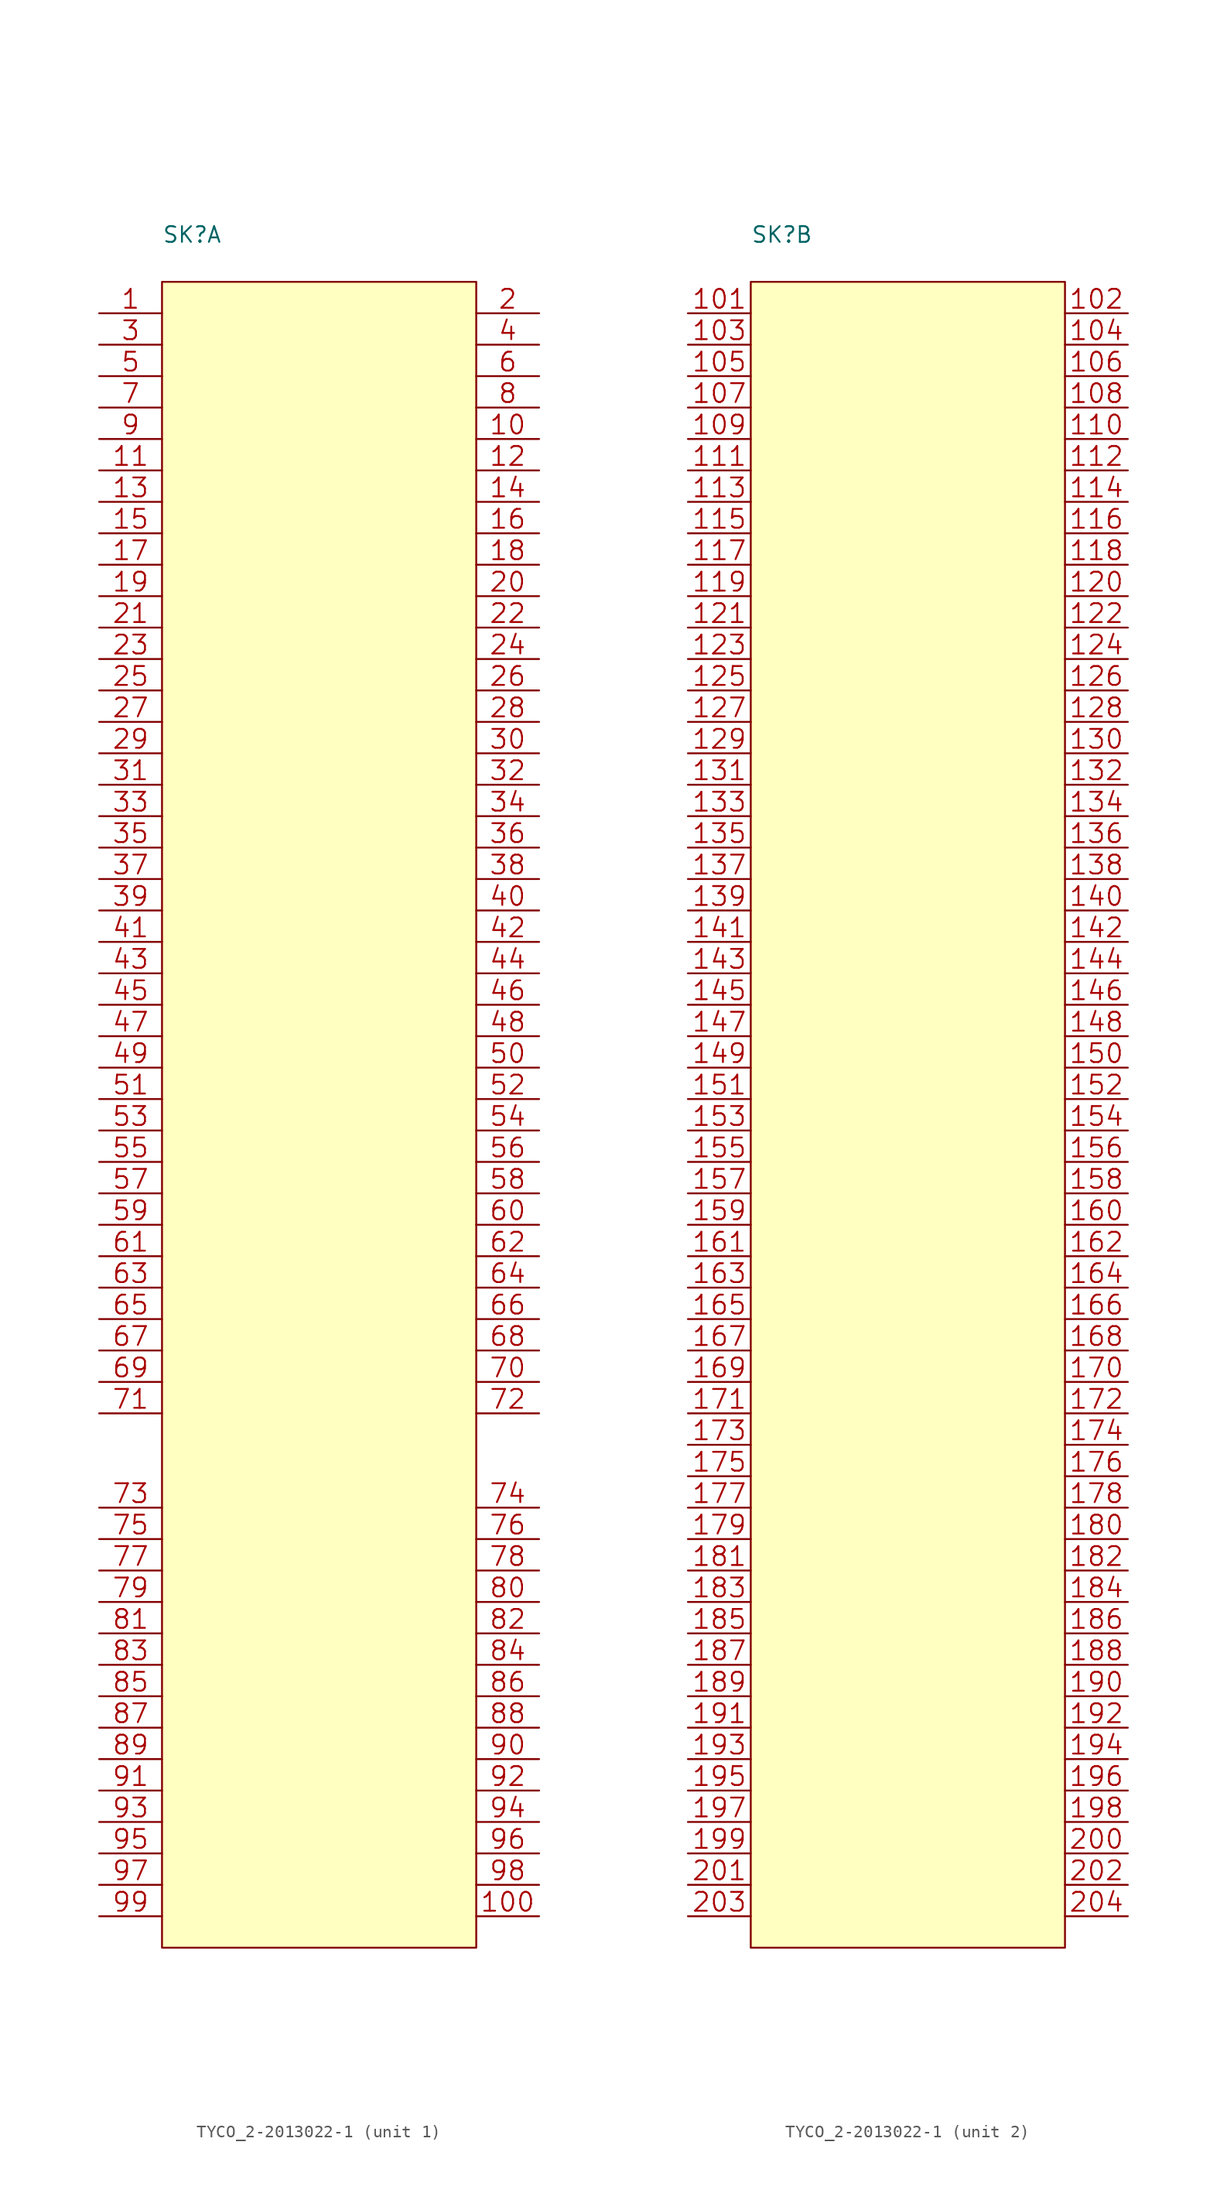
<source format=kicad_sym>
(kicad_symbol_lib
  (version 20211014)
  (generator kicad_symbol_editor)
  (symbol "TYCO_2-2013022-1"
    (pin_names
      (offset 1.27))
    (property "Reference" "SK"
      (at 0 3.81 0)
      (effects (font (size 1.27 1.27)) (justify left)))
    (property "ki_locked" ""
      (at 0 0 0)
      (effects (font (size 1.27 1.27))))
    (symbol "TYCO_2-2013022-1_1_1"
      (rectangle (start 0 -134.62) (end 25.4 0) (stroke (width 0) (type default) (color 0 0 0 0)) (fill (type background)))
      (text "DDR3" (at 12.7 -83.82 900) (effects (font (size 1.778 1.778) bold) (justify left) hide))
      (text "SODIMM Socket" (at 12.7 -71.12 900) (effects (font (size 1.778 1.778)) (justify left) hide))
      (pin power_in line (at -5.08 -2.54 0) (length 5.08) (name "~" (effects (font (size 1.524 1.524)))) (number "1" (effects (font (size 1.524 1.524)))))
      (pin bidirectional line (at 30.48 -12.7 180) (length 5.08) (name "~" (effects (font (size 1.524 1.524)))) (number "10" (effects (font (size 1.524 1.524)))))
      (pin power_in line (at 30.48 -132.08 180) (length 5.08) (name "~" (effects (font (size 1.524 1.524)))) (number "100" (effects (font (size 1.524 1.524)))))
      (pin bidirectional line (at -5.08 -15.24 0) (length 5.08) (name "~" (effects (font (size 1.524 1.524)))) (number "11" (effects (font (size 1.524 1.524)))))
      (pin bidirectional line (at 30.48 -15.24 180) (length 5.08) (name "~" (effects (font (size 1.524 1.524)))) (number "12" (effects (font (size 1.524 1.524)))))
      (pin power_in line (at -5.08 -17.78 0) (length 5.08) (name "~" (effects (font (size 1.524 1.524)))) (number "13" (effects (font (size 1.524 1.524)))))
      (pin power_in line (at 30.48 -17.78 180) (length 5.08) (name "~" (effects (font (size 1.524 1.524)))) (number "14" (effects (font (size 1.524 1.524)))))
      (pin bidirectional line (at -5.08 -20.32 0) (length 5.08) (name "~" (effects (font (size 1.524 1.524)))) (number "15" (effects (font (size 1.524 1.524)))))
      (pin bidirectional line (at 30.48 -20.32 180) (length 5.08) (name "~" (effects (font (size 1.524 1.524)))) (number "16" (effects (font (size 1.524 1.524)))))
      (pin bidirectional line (at -5.08 -22.86 0) (length 5.08) (name "~" (effects (font (size 1.524 1.524)))) (number "17" (effects (font (size 1.524 1.524)))))
      (pin bidirectional line (at 30.48 -22.86 180) (length 5.08) (name "~" (effects (font (size 1.524 1.524)))) (number "18" (effects (font (size 1.524 1.524)))))
      (pin power_in line (at -5.08 -25.4 0) (length 5.08) (name "~" (effects (font (size 1.524 1.524)))) (number "19" (effects (font (size 1.524 1.524)))))
      (pin power_in line (at 30.48 -2.54 180) (length 5.08) (name "~" (effects (font (size 1.524 1.524)))) (number "2" (effects (font (size 1.524 1.524)))))
      (pin power_in line (at 30.48 -25.4 180) (length 5.08) (name "~" (effects (font (size 1.524 1.524)))) (number "20" (effects (font (size 1.524 1.524)))))
      (pin bidirectional line (at -5.08 -27.94 0) (length 5.08) (name "~" (effects (font (size 1.524 1.524)))) (number "21" (effects (font (size 1.524 1.524)))))
      (pin bidirectional line (at 30.48 -27.94 180) (length 5.08) (name "~" (effects (font (size 1.524 1.524)))) (number "22" (effects (font (size 1.524 1.524)))))
      (pin bidirectional line (at -5.08 -30.48 0) (length 5.08) (name "~" (effects (font (size 1.524 1.524)))) (number "23" (effects (font (size 1.524 1.524)))))
      (pin bidirectional line (at 30.48 -30.48 180) (length 5.08) (name "~" (effects (font (size 1.524 1.524)))) (number "24" (effects (font (size 1.524 1.524)))))
      (pin power_in line (at -5.08 -33.02 0) (length 5.08) (name "~" (effects (font (size 1.524 1.524)))) (number "25" (effects (font (size 1.524 1.524)))))
      (pin power_in line (at 30.48 -33.02 180) (length 5.08) (name "~" (effects (font (size 1.524 1.524)))) (number "26" (effects (font (size 1.524 1.524)))))
      (pin bidirectional line (at -5.08 -35.56 0) (length 5.08) (name "~" (effects (font (size 1.524 1.524)))) (number "27" (effects (font (size 1.524 1.524)))))
      (pin bidirectional line (at 30.48 -35.56 180) (length 5.08) (name "~" (effects (font (size 1.524 1.524)))) (number "28" (effects (font (size 1.524 1.524)))))
      (pin bidirectional line (at -5.08 -38.1 0) (length 5.08) (name "~" (effects (font (size 1.524 1.524)))) (number "29" (effects (font (size 1.524 1.524)))))
      (pin power_in line (at -5.08 -5.08 0) (length 5.08) (name "~" (effects (font (size 1.524 1.524)))) (number "3" (effects (font (size 1.524 1.524)))))
      (pin bidirectional line (at 30.48 -38.1 180) (length 5.08) (name "~" (effects (font (size 1.524 1.524)))) (number "30" (effects (font (size 1.524 1.524)))))
      (pin power_in line (at -5.08 -40.64 0) (length 5.08) (name "~" (effects (font (size 1.524 1.524)))) (number "31" (effects (font (size 1.524 1.524)))))
      (pin power_in line (at 30.48 -40.64 180) (length 5.08) (name "~" (effects (font (size 1.524 1.524)))) (number "32" (effects (font (size 1.524 1.524)))))
      (pin bidirectional line (at -5.08 -43.18 0) (length 5.08) (name "~" (effects (font (size 1.524 1.524)))) (number "33" (effects (font (size 1.524 1.524)))))
      (pin bidirectional line (at 30.48 -43.18 180) (length 5.08) (name "~" (effects (font (size 1.524 1.524)))) (number "34" (effects (font (size 1.524 1.524)))))
      (pin bidirectional line (at -5.08 -45.72 0) (length 5.08) (name "~" (effects (font (size 1.524 1.524)))) (number "35" (effects (font (size 1.524 1.524)))))
      (pin bidirectional line (at 30.48 -45.72 180) (length 5.08) (name "~" (effects (font (size 1.524 1.524)))) (number "36" (effects (font (size 1.524 1.524)))))
      (pin power_in line (at -5.08 -48.26 0) (length 5.08) (name "~" (effects (font (size 1.524 1.524)))) (number "37" (effects (font (size 1.524 1.524)))))
      (pin power_in line (at 30.48 -48.26 180) (length 5.08) (name "~" (effects (font (size 1.524 1.524)))) (number "38" (effects (font (size 1.524 1.524)))))
      (pin bidirectional line (at -5.08 -50.8 0) (length 5.08) (name "~" (effects (font (size 1.524 1.524)))) (number "39" (effects (font (size 1.524 1.524)))))
      (pin bidirectional line (at 30.48 -5.08 180) (length 5.08) (name "~" (effects (font (size 1.524 1.524)))) (number "4" (effects (font (size 1.524 1.524)))))
      (pin bidirectional line (at 30.48 -50.8 180) (length 5.08) (name "~" (effects (font (size 1.524 1.524)))) (number "40" (effects (font (size 1.524 1.524)))))
      (pin bidirectional line (at -5.08 -53.34 0) (length 5.08) (name "~" (effects (font (size 1.524 1.524)))) (number "41" (effects (font (size 1.524 1.524)))))
      (pin bidirectional line (at 30.48 -53.34 180) (length 5.08) (name "~" (effects (font (size 1.524 1.524)))) (number "42" (effects (font (size 1.524 1.524)))))
      (pin power_in line (at -5.08 -55.88 0) (length 5.08) (name "~" (effects (font (size 1.524 1.524)))) (number "43" (effects (font (size 1.524 1.524)))))
      (pin power_in line (at 30.48 -55.88 180) (length 5.08) (name "~" (effects (font (size 1.524 1.524)))) (number "44" (effects (font (size 1.524 1.524)))))
      (pin bidirectional line (at -5.08 -58.42 0) (length 5.08) (name "~" (effects (font (size 1.524 1.524)))) (number "45" (effects (font (size 1.524 1.524)))))
      (pin bidirectional line (at 30.48 -58.42 180) (length 5.08) (name "~" (effects (font (size 1.524 1.524)))) (number "46" (effects (font (size 1.524 1.524)))))
      (pin bidirectional line (at -5.08 -60.96 0) (length 5.08) (name "~" (effects (font (size 1.524 1.524)))) (number "47" (effects (font (size 1.524 1.524)))))
      (pin power_in line (at 30.48 -60.96 180) (length 5.08) (name "~" (effects (font (size 1.524 1.524)))) (number "48" (effects (font (size 1.524 1.524)))))
      (pin power_in line (at -5.08 -63.5 0) (length 5.08) (name "~" (effects (font (size 1.524 1.524)))) (number "49" (effects (font (size 1.524 1.524)))))
      (pin bidirectional line (at -5.08 -7.62 0) (length 5.08) (name "~" (effects (font (size 1.524 1.524)))) (number "5" (effects (font (size 1.524 1.524)))))
      (pin bidirectional line (at 30.48 -63.5 180) (length 5.08) (name "~" (effects (font (size 1.524 1.524)))) (number "50" (effects (font (size 1.524 1.524)))))
      (pin bidirectional line (at -5.08 -66.04 0) (length 5.08) (name "~" (effects (font (size 1.524 1.524)))) (number "51" (effects (font (size 1.524 1.524)))))
      (pin bidirectional line (at 30.48 -66.04 180) (length 5.08) (name "~" (effects (font (size 1.524 1.524)))) (number "52" (effects (font (size 1.524 1.524)))))
      (pin bidirectional line (at -5.08 -68.58 0) (length 5.08) (name "~" (effects (font (size 1.524 1.524)))) (number "53" (effects (font (size 1.524 1.524)))))
      (pin power_in line (at 30.48 -68.58 180) (length 5.08) (name "~" (effects (font (size 1.524 1.524)))) (number "54" (effects (font (size 1.524 1.524)))))
      (pin power_in line (at -5.08 -71.12 0) (length 5.08) (name "~" (effects (font (size 1.524 1.524)))) (number "55" (effects (font (size 1.524 1.524)))))
      (pin bidirectional line (at 30.48 -71.12 180) (length 5.08) (name "~" (effects (font (size 1.524 1.524)))) (number "56" (effects (font (size 1.524 1.524)))))
      (pin bidirectional line (at -5.08 -73.66 0) (length 5.08) (name "~" (effects (font (size 1.524 1.524)))) (number "57" (effects (font (size 1.524 1.524)))))
      (pin bidirectional line (at 30.48 -73.66 180) (length 5.08) (name "~" (effects (font (size 1.524 1.524)))) (number "58" (effects (font (size 1.524 1.524)))))
      (pin bidirectional line (at -5.08 -76.2 0) (length 5.08) (name "~" (effects (font (size 1.524 1.524)))) (number "59" (effects (font (size 1.524 1.524)))))
      (pin bidirectional line (at 30.48 -7.62 180) (length 5.08) (name "~" (effects (font (size 1.524 1.524)))) (number "6" (effects (font (size 1.524 1.524)))))
      (pin power_in line (at 30.48 -76.2 180) (length 5.08) (name "~" (effects (font (size 1.524 1.524)))) (number "60" (effects (font (size 1.524 1.524)))))
      (pin power_in line (at -5.08 -78.74 0) (length 5.08) (name "~" (effects (font (size 1.524 1.524)))) (number "61" (effects (font (size 1.524 1.524)))))
      (pin bidirectional line (at 30.48 -78.74 180) (length 5.08) (name "~" (effects (font (size 1.524 1.524)))) (number "62" (effects (font (size 1.524 1.524)))))
      (pin bidirectional line (at -5.08 -81.28 0) (length 5.08) (name "~" (effects (font (size 1.524 1.524)))) (number "63" (effects (font (size 1.524 1.524)))))
      (pin bidirectional line (at 30.48 -81.28 180) (length 5.08) (name "~" (effects (font (size 1.524 1.524)))) (number "64" (effects (font (size 1.524 1.524)))))
      (pin power_in line (at -5.08 -83.82 0) (length 5.08) (name "~" (effects (font (size 1.524 1.524)))) (number "65" (effects (font (size 1.524 1.524)))))
      (pin power_in line (at 30.48 -83.82 180) (length 5.08) (name "~" (effects (font (size 1.524 1.524)))) (number "66" (effects (font (size 1.524 1.524)))))
      (pin bidirectional line (at -5.08 -86.36 0) (length 5.08) (name "~" (effects (font (size 1.524 1.524)))) (number "67" (effects (font (size 1.524 1.524)))))
      (pin bidirectional line (at 30.48 -86.36 180) (length 5.08) (name "~" (effects (font (size 1.524 1.524)))) (number "68" (effects (font (size 1.524 1.524)))))
      (pin bidirectional line (at -5.08 -88.9 0) (length 5.08) (name "~" (effects (font (size 1.524 1.524)))) (number "69" (effects (font (size 1.524 1.524)))))
      (pin bidirectional line (at -5.08 -10.16 0) (length 5.08) (name "~" (effects (font (size 1.524 1.524)))) (number "7" (effects (font (size 1.524 1.524)))))
      (pin bidirectional line (at 30.48 -88.9 180) (length 5.08) (name "~" (effects (font (size 1.524 1.524)))) (number "70" (effects (font (size 1.524 1.524)))))
      (pin power_in line (at -5.08 -91.44 0) (length 5.08) (name "~" (effects (font (size 1.524 1.524)))) (number "71" (effects (font (size 1.524 1.524)))))
      (pin power_in line (at 30.48 -91.44 180) (length 5.08) (name "~" (effects (font (size 1.524 1.524)))) (number "72" (effects (font (size 1.524 1.524)))))
      (pin bidirectional line (at -5.08 -99.06 0) (length 5.08) (name "~" (effects (font (size 1.524 1.524)))) (number "73" (effects (font (size 1.524 1.524)))))
      (pin bidirectional line (at 30.48 -99.06 180) (length 5.08) (name "~" (effects (font (size 1.524 1.524)))) (number "74" (effects (font (size 1.524 1.524)))))
      (pin power_in line (at -5.08 -101.6 0) (length 5.08) (name "~" (effects (font (size 1.524 1.524)))) (number "75" (effects (font (size 1.524 1.524)))))
      (pin power_in line (at 30.48 -101.6 180) (length 5.08) (name "~" (effects (font (size 1.524 1.524)))) (number "76" (effects (font (size 1.524 1.524)))))
      (pin bidirectional line (at -5.08 -104.14 0) (length 5.08) (name "~" (effects (font (size 1.524 1.524)))) (number "77" (effects (font (size 1.524 1.524)))))
      (pin bidirectional line (at 30.48 -104.14 180) (length 5.08) (name "~" (effects (font (size 1.524 1.524)))) (number "78" (effects (font (size 1.524 1.524)))))
      (pin bidirectional line (at -5.08 -106.68 0) (length 5.08) (name "~" (effects (font (size 1.524 1.524)))) (number "79" (effects (font (size 1.524 1.524)))))
      (pin power_in line (at 30.48 -10.16 180) (length 5.08) (name "~" (effects (font (size 1.524 1.524)))) (number "8" (effects (font (size 1.524 1.524)))))
      (pin bidirectional line (at 30.48 -106.68 180) (length 5.08) (name "~" (effects (font (size 1.524 1.524)))) (number "80" (effects (font (size 1.524 1.524)))))
      (pin power_in line (at -5.08 -109.22 0) (length 5.08) (name "~" (effects (font (size 1.524 1.524)))) (number "81" (effects (font (size 1.524 1.524)))))
      (pin power_in line (at 30.48 -109.22 180) (length 5.08) (name "~" (effects (font (size 1.524 1.524)))) (number "82" (effects (font (size 1.524 1.524)))))
      (pin bidirectional line (at -5.08 -111.76 0) (length 5.08) (name "~" (effects (font (size 1.524 1.524)))) (number "83" (effects (font (size 1.524 1.524)))))
      (pin bidirectional line (at 30.48 -111.76 180) (length 5.08) (name "~" (effects (font (size 1.524 1.524)))) (number "84" (effects (font (size 1.524 1.524)))))
      (pin bidirectional line (at -5.08 -114.3 0) (length 5.08) (name "~" (effects (font (size 1.524 1.524)))) (number "85" (effects (font (size 1.524 1.524)))))
      (pin bidirectional line (at 30.48 -114.3 180) (length 5.08) (name "~" (effects (font (size 1.524 1.524)))) (number "86" (effects (font (size 1.524 1.524)))))
      (pin power_in line (at -5.08 -116.84 0) (length 5.08) (name "~" (effects (font (size 1.524 1.524)))) (number "87" (effects (font (size 1.524 1.524)))))
      (pin power_in line (at 30.48 -116.84 180) (length 5.08) (name "~" (effects (font (size 1.524 1.524)))) (number "88" (effects (font (size 1.524 1.524)))))
      (pin bidirectional line (at -5.08 -119.38 0) (length 5.08) (name "~" (effects (font (size 1.524 1.524)))) (number "89" (effects (font (size 1.524 1.524)))))
      (pin power_in line (at -5.08 -12.7 0) (length 5.08) (name "~" (effects (font (size 1.524 1.524)))) (number "9" (effects (font (size 1.524 1.524)))))
      (pin bidirectional line (at 30.48 -119.38 180) (length 5.08) (name "~" (effects (font (size 1.524 1.524)))) (number "90" (effects (font (size 1.524 1.524)))))
      (pin bidirectional line (at -5.08 -121.92 0) (length 5.08) (name "~" (effects (font (size 1.524 1.524)))) (number "91" (effects (font (size 1.524 1.524)))))
      (pin bidirectional line (at 30.48 -121.92 180) (length 5.08) (name "~" (effects (font (size 1.524 1.524)))) (number "92" (effects (font (size 1.524 1.524)))))
      (pin power_in line (at -5.08 -124.46 0) (length 5.08) (name "~" (effects (font (size 1.524 1.524)))) (number "93" (effects (font (size 1.524 1.524)))))
      (pin power_in line (at 30.48 -124.46 180) (length 5.08) (name "~" (effects (font (size 1.524 1.524)))) (number "94" (effects (font (size 1.524 1.524)))))
      (pin bidirectional line (at -5.08 -127 0) (length 5.08) (name "~" (effects (font (size 1.524 1.524)))) (number "95" (effects (font (size 1.524 1.524)))))
      (pin bidirectional line (at 30.48 -127 180) (length 5.08) (name "~" (effects (font (size 1.524 1.524)))) (number "96" (effects (font (size 1.524 1.524)))))
      (pin bidirectional line (at -5.08 -129.54 0) (length 5.08) (name "~" (effects (font (size 1.524 1.524)))) (number "97" (effects (font (size 1.524 1.524)))))
      (pin bidirectional line (at 30.48 -129.54 180) (length 5.08) (name "~" (effects (font (size 1.524 1.524)))) (number "98" (effects (font (size 1.524 1.524)))))
      (pin power_in line (at -5.08 -132.08 0) (length 5.08) (name "~" (effects (font (size 1.524 1.524)))) (number "99" (effects (font (size 1.524 1.524))))))
    (symbol "TYCO_2-2013022-1_2_1"
      (rectangle (start 0 -134.62) (end 25.4 0) (stroke (width 0) (type default) (color 0 0 0 0)) (fill (type background)))
      (text "DDR3" (at 12.7 -83.82 900) (effects (font (size 1.778 1.778) bold) (justify left) hide))
      (text "SODIMM Socket" (at 12.7 -71.12 900) (effects (font (size 1.778 1.778)) (justify left) hide))
      (pin bidirectional line (at -5.08 -2.54 0) (length 5.08) (name "~" (effects (font (size 1.524 1.524)))) (number "101" (effects (font (size 1.524 1.524)))))
      (pin bidirectional line (at 30.48 -2.54 180) (length 5.08) (name "~" (effects (font (size 1.524 1.524)))) (number "102" (effects (font (size 1.524 1.524)))))
      (pin bidirectional line (at -5.08 -5.08 0) (length 5.08) (name "~" (effects (font (size 1.524 1.524)))) (number "103" (effects (font (size 1.524 1.524)))))
      (pin bidirectional line (at 30.48 -5.08 180) (length 5.08) (name "~" (effects (font (size 1.524 1.524)))) (number "104" (effects (font (size 1.524 1.524)))))
      (pin power_in line (at -5.08 -7.62 0) (length 5.08) (name "~" (effects (font (size 1.524 1.524)))) (number "105" (effects (font (size 1.524 1.524)))))
      (pin power_in line (at 30.48 -7.62 180) (length 5.08) (name "~" (effects (font (size 1.524 1.524)))) (number "106" (effects (font (size 1.524 1.524)))))
      (pin bidirectional line (at -5.08 -10.16 0) (length 5.08) (name "~" (effects (font (size 1.524 1.524)))) (number "107" (effects (font (size 1.524 1.524)))))
      (pin bidirectional line (at 30.48 -10.16 180) (length 5.08) (name "~" (effects (font (size 1.524 1.524)))) (number "108" (effects (font (size 1.524 1.524)))))
      (pin bidirectional line (at -5.08 -12.7 0) (length 5.08) (name "~" (effects (font (size 1.524 1.524)))) (number "109" (effects (font (size 1.524 1.524)))))
      (pin bidirectional line (at 30.48 -12.7 180) (length 5.08) (name "~" (effects (font (size 1.524 1.524)))) (number "110" (effects (font (size 1.524 1.524)))))
      (pin power_in line (at -5.08 -15.24 0) (length 5.08) (name "~" (effects (font (size 1.524 1.524)))) (number "111" (effects (font (size 1.524 1.524)))))
      (pin power_in line (at 30.48 -15.24 180) (length 5.08) (name "~" (effects (font (size 1.524 1.524)))) (number "112" (effects (font (size 1.524 1.524)))))
      (pin bidirectional line (at -5.08 -17.78 0) (length 5.08) (name "~" (effects (font (size 1.524 1.524)))) (number "113" (effects (font (size 1.524 1.524)))))
      (pin bidirectional line (at 30.48 -17.78 180) (length 5.08) (name "~" (effects (font (size 1.524 1.524)))) (number "114" (effects (font (size 1.524 1.524)))))
      (pin bidirectional line (at -5.08 -20.32 0) (length 5.08) (name "~" (effects (font (size 1.524 1.524)))) (number "115" (effects (font (size 1.524 1.524)))))
      (pin bidirectional line (at 30.48 -20.32 180) (length 5.08) (name "~" (effects (font (size 1.524 1.524)))) (number "116" (effects (font (size 1.524 1.524)))))
      (pin power_in line (at -5.08 -22.86 0) (length 5.08) (name "~" (effects (font (size 1.524 1.524)))) (number "117" (effects (font (size 1.524 1.524)))))
      (pin power_in line (at 30.48 -22.86 180) (length 5.08) (name "~" (effects (font (size 1.524 1.524)))) (number "118" (effects (font (size 1.524 1.524)))))
      (pin bidirectional line (at -5.08 -25.4 0) (length 5.08) (name "~" (effects (font (size 1.524 1.524)))) (number "119" (effects (font (size 1.524 1.524)))))
      (pin bidirectional line (at 30.48 -25.4 180) (length 5.08) (name "~" (effects (font (size 1.524 1.524)))) (number "120" (effects (font (size 1.524 1.524)))))
      (pin bidirectional line (at -5.08 -27.94 0) (length 5.08) (name "~" (effects (font (size 1.524 1.524)))) (number "121" (effects (font (size 1.524 1.524)))))
      (pin bidirectional line (at 30.48 -27.94 180) (length 5.08) (name "~" (effects (font (size 1.524 1.524)))) (number "122" (effects (font (size 1.524 1.524)))))
      (pin power_in line (at -5.08 -30.48 0) (length 5.08) (name "~" (effects (font (size 1.524 1.524)))) (number "123" (effects (font (size 1.524 1.524)))))
      (pin power_in line (at 30.48 -30.48 180) (length 5.08) (name "~" (effects (font (size 1.524 1.524)))) (number "124" (effects (font (size 1.524 1.524)))))
      (pin bidirectional line (at -5.08 -33.02 0) (length 5.08) (name "~" (effects (font (size 1.524 1.524)))) (number "125" (effects (font (size 1.524 1.524)))))
      (pin power_in line (at 30.48 -33.02 180) (length 5.08) (name "~" (effects (font (size 1.524 1.524)))) (number "126" (effects (font (size 1.524 1.524)))))
      (pin power_in line (at -5.08 -35.56 0) (length 5.08) (name "~" (effects (font (size 1.524 1.524)))) (number "127" (effects (font (size 1.524 1.524)))))
      (pin power_in line (at 30.48 -35.56 180) (length 5.08) (name "~" (effects (font (size 1.524 1.524)))) (number "128" (effects (font (size 1.524 1.524)))))
      (pin bidirectional line (at -5.08 -38.1 0) (length 5.08) (name "~" (effects (font (size 1.524 1.524)))) (number "129" (effects (font (size 1.524 1.524)))))
      (pin bidirectional line (at 30.48 -38.1 180) (length 5.08) (name "~" (effects (font (size 1.524 1.524)))) (number "130" (effects (font (size 1.524 1.524)))))
      (pin bidirectional line (at -5.08 -40.64 0) (length 5.08) (name "~" (effects (font (size 1.524 1.524)))) (number "131" (effects (font (size 1.524 1.524)))))
      (pin bidirectional line (at 30.48 -40.64 180) (length 5.08) (name "~" (effects (font (size 1.524 1.524)))) (number "132" (effects (font (size 1.524 1.524)))))
      (pin power_in line (at -5.08 -43.18 0) (length 5.08) (name "~" (effects (font (size 1.524 1.524)))) (number "133" (effects (font (size 1.524 1.524)))))
      (pin power_in line (at 30.48 -43.18 180) (length 5.08) (name "~" (effects (font (size 1.524 1.524)))) (number "134" (effects (font (size 1.524 1.524)))))
      (pin bidirectional line (at -5.08 -45.72 0) (length 5.08) (name "~" (effects (font (size 1.524 1.524)))) (number "135" (effects (font (size 1.524 1.524)))))
      (pin bidirectional line (at 30.48 -45.72 180) (length 5.08) (name "~" (effects (font (size 1.524 1.524)))) (number "136" (effects (font (size 1.524 1.524)))))
      (pin bidirectional line (at -5.08 -48.26 0) (length 5.08) (name "~" (effects (font (size 1.524 1.524)))) (number "137" (effects (font (size 1.524 1.524)))))
      (pin power_in line (at 30.48 -48.26 180) (length 5.08) (name "~" (effects (font (size 1.524 1.524)))) (number "138" (effects (font (size 1.524 1.524)))))
      (pin power_in line (at -5.08 -50.8 0) (length 5.08) (name "~" (effects (font (size 1.524 1.524)))) (number "139" (effects (font (size 1.524 1.524)))))
      (pin bidirectional line (at 30.48 -50.8 180) (length 5.08) (name "~" (effects (font (size 1.524 1.524)))) (number "140" (effects (font (size 1.524 1.524)))))
      (pin bidirectional line (at -5.08 -53.34 0) (length 5.08) (name "~" (effects (font (size 1.524 1.524)))) (number "141" (effects (font (size 1.524 1.524)))))
      (pin bidirectional line (at 30.48 -53.34 180) (length 5.08) (name "~" (effects (font (size 1.524 1.524)))) (number "142" (effects (font (size 1.524 1.524)))))
      (pin bidirectional line (at -5.08 -55.88 0) (length 5.08) (name "~" (effects (font (size 1.524 1.524)))) (number "143" (effects (font (size 1.524 1.524)))))
      (pin power_in line (at 30.48 -55.88 180) (length 5.08) (name "~" (effects (font (size 1.524 1.524)))) (number "144" (effects (font (size 1.524 1.524)))))
      (pin power_in line (at -5.08 -58.42 0) (length 5.08) (name "~" (effects (font (size 1.524 1.524)))) (number "145" (effects (font (size 1.524 1.524)))))
      (pin bidirectional line (at 30.48 -58.42 180) (length 5.08) (name "~" (effects (font (size 1.524 1.524)))) (number "146" (effects (font (size 1.524 1.524)))))
      (pin bidirectional line (at -5.08 -60.96 0) (length 5.08) (name "~" (effects (font (size 1.524 1.524)))) (number "147" (effects (font (size 1.524 1.524)))))
      (pin bidirectional line (at 30.48 -60.96 180) (length 5.08) (name "~" (effects (font (size 1.524 1.524)))) (number "148" (effects (font (size 1.524 1.524)))))
      (pin bidirectional line (at -5.08 -63.5 0) (length 5.08) (name "~" (effects (font (size 1.524 1.524)))) (number "149" (effects (font (size 1.524 1.524)))))
      (pin power_in line (at 30.48 -63.5 180) (length 5.08) (name "~" (effects (font (size 1.524 1.524)))) (number "150" (effects (font (size 1.524 1.524)))))
      (pin power_in line (at -5.08 -66.04 0) (length 5.08) (name "~" (effects (font (size 1.524 1.524)))) (number "151" (effects (font (size 1.524 1.524)))))
      (pin bidirectional line (at 30.48 -66.04 180) (length 5.08) (name "~" (effects (font (size 1.524 1.524)))) (number "152" (effects (font (size 1.524 1.524)))))
      (pin bidirectional line (at -5.08 -68.58 0) (length 5.08) (name "~" (effects (font (size 1.524 1.524)))) (number "153" (effects (font (size 1.524 1.524)))))
      (pin bidirectional line (at 30.48 -68.58 180) (length 5.08) (name "~" (effects (font (size 1.524 1.524)))) (number "154" (effects (font (size 1.524 1.524)))))
      (pin power_in line (at -5.08 -71.12 0) (length 5.08) (name "~" (effects (font (size 1.524 1.524)))) (number "155" (effects (font (size 1.524 1.524)))))
      (pin power_in line (at 30.48 -71.12 180) (length 5.08) (name "~" (effects (font (size 1.524 1.524)))) (number "156" (effects (font (size 1.524 1.524)))))
      (pin bidirectional line (at -5.08 -73.66 0) (length 5.08) (name "~" (effects (font (size 1.524 1.524)))) (number "157" (effects (font (size 1.524 1.524)))))
      (pin bidirectional line (at 30.48 -73.66 180) (length 5.08) (name "~" (effects (font (size 1.524 1.524)))) (number "158" (effects (font (size 1.524 1.524)))))
      (pin bidirectional line (at -5.08 -76.2 0) (length 5.08) (name "~" (effects (font (size 1.524 1.524)))) (number "159" (effects (font (size 1.524 1.524)))))
      (pin bidirectional line (at 30.48 -76.2 180) (length 5.08) (name "~" (effects (font (size 1.524 1.524)))) (number "160" (effects (font (size 1.524 1.524)))))
      (pin power_in line (at -5.08 -78.74 0) (length 5.08) (name "~" (effects (font (size 1.524 1.524)))) (number "161" (effects (font (size 1.524 1.524)))))
      (pin power_in line (at 30.48 -78.74 180) (length 5.08) (name "~" (effects (font (size 1.524 1.524)))) (number "162" (effects (font (size 1.524 1.524)))))
      (pin bidirectional line (at -5.08 -81.28 0) (length 5.08) (name "~" (effects (font (size 1.524 1.524)))) (number "163" (effects (font (size 1.524 1.524)))))
      (pin bidirectional line (at 30.48 -81.28 180) (length 5.08) (name "~" (effects (font (size 1.524 1.524)))) (number "164" (effects (font (size 1.524 1.524)))))
      (pin bidirectional line (at -5.08 -83.82 0) (length 5.08) (name "~" (effects (font (size 1.524 1.524)))) (number "165" (effects (font (size 1.524 1.524)))))
      (pin bidirectional line (at 30.48 -83.82 180) (length 5.08) (name "~" (effects (font (size 1.524 1.524)))) (number "166" (effects (font (size 1.524 1.524)))))
      (pin power_in line (at -5.08 -86.36 0) (length 5.08) (name "~" (effects (font (size 1.524 1.524)))) (number "167" (effects (font (size 1.524 1.524)))))
      (pin power_in line (at 30.48 -86.36 180) (length 5.08) (name "~" (effects (font (size 1.524 1.524)))) (number "168" (effects (font (size 1.524 1.524)))))
      (pin bidirectional line (at -5.08 -88.9 0) (length 5.08) (name "~" (effects (font (size 1.524 1.524)))) (number "169" (effects (font (size 1.524 1.524)))))
      (pin bidirectional line (at 30.48 -88.9 180) (length 5.08) (name "~" (effects (font (size 1.524 1.524)))) (number "170" (effects (font (size 1.524 1.524)))))
      (pin bidirectional line (at -5.08 -91.44 0) (length 5.08) (name "~" (effects (font (size 1.524 1.524)))) (number "171" (effects (font (size 1.524 1.524)))))
      (pin power_in line (at 30.48 -91.44 180) (length 5.08) (name "~" (effects (font (size 1.524 1.524)))) (number "172" (effects (font (size 1.524 1.524)))))
      (pin power_in line (at -5.08 -93.98 0) (length 5.08) (name "~" (effects (font (size 1.524 1.524)))) (number "173" (effects (font (size 1.524 1.524)))))
      (pin bidirectional line (at 30.48 -93.98 180) (length 5.08) (name "~" (effects (font (size 1.524 1.524)))) (number "174" (effects (font (size 1.524 1.524)))))
      (pin bidirectional line (at -5.08 -96.52 0) (length 5.08) (name "~" (effects (font (size 1.524 1.524)))) (number "175" (effects (font (size 1.524 1.524)))))
      (pin bidirectional line (at 30.48 -96.52 180) (length 5.08) (name "~" (effects (font (size 1.524 1.524)))) (number "176" (effects (font (size 1.524 1.524)))))
      (pin bidirectional line (at -5.08 -99.06 0) (length 5.08) (name "~" (effects (font (size 1.524 1.524)))) (number "177" (effects (font (size 1.524 1.524)))))
      (pin power_in line (at 30.48 -99.06 180) (length 5.08) (name "~" (effects (font (size 1.524 1.524)))) (number "178" (effects (font (size 1.524 1.524)))))
      (pin power_in line (at -5.08 -101.6 0) (length 5.08) (name "~" (effects (font (size 1.524 1.524)))) (number "179" (effects (font (size 1.524 1.524)))))
      (pin bidirectional line (at 30.48 -101.6 180) (length 5.08) (name "~" (effects (font (size 1.524 1.524)))) (number "180" (effects (font (size 1.524 1.524)))))
      (pin bidirectional line (at -5.08 -104.14 0) (length 5.08) (name "~" (effects (font (size 1.524 1.524)))) (number "181" (effects (font (size 1.524 1.524)))))
      (pin bidirectional line (at 30.48 -104.14 180) (length 5.08) (name "~" (effects (font (size 1.524 1.524)))) (number "182" (effects (font (size 1.524 1.524)))))
      (pin bidirectional line (at -5.08 -106.68 0) (length 5.08) (name "~" (effects (font (size 1.524 1.524)))) (number "183" (effects (font (size 1.524 1.524)))))
      (pin power_in line (at 30.48 -106.68 180) (length 5.08) (name "~" (effects (font (size 1.524 1.524)))) (number "184" (effects (font (size 1.524 1.524)))))
      (pin power_in line (at -5.08 -109.22 0) (length 5.08) (name "~" (effects (font (size 1.524 1.524)))) (number "185" (effects (font (size 1.524 1.524)))))
      (pin bidirectional line (at 30.48 -109.22 180) (length 5.08) (name "~" (effects (font (size 1.524 1.524)))) (number "186" (effects (font (size 1.524 1.524)))))
      (pin bidirectional line (at -5.08 -111.76 0) (length 5.08) (name "~" (effects (font (size 1.524 1.524)))) (number "187" (effects (font (size 1.524 1.524)))))
      (pin bidirectional line (at 30.48 -111.76 180) (length 5.08) (name "~" (effects (font (size 1.524 1.524)))) (number "188" (effects (font (size 1.524 1.524)))))
      (pin power_in line (at -5.08 -114.3 0) (length 5.08) (name "~" (effects (font (size 1.524 1.524)))) (number "189" (effects (font (size 1.524 1.524)))))
      (pin power_in line (at 30.48 -114.3 180) (length 5.08) (name "~" (effects (font (size 1.524 1.524)))) (number "190" (effects (font (size 1.524 1.524)))))
      (pin bidirectional line (at -5.08 -116.84 0) (length 5.08) (name "~" (effects (font (size 1.524 1.524)))) (number "191" (effects (font (size 1.524 1.524)))))
      (pin bidirectional line (at 30.48 -116.84 180) (length 5.08) (name "~" (effects (font (size 1.524 1.524)))) (number "192" (effects (font (size 1.524 1.524)))))
      (pin bidirectional line (at -5.08 -119.38 0) (length 5.08) (name "~" (effects (font (size 1.524 1.524)))) (number "193" (effects (font (size 1.524 1.524)))))
      (pin bidirectional line (at 30.48 -119.38 180) (length 5.08) (name "~" (effects (font (size 1.524 1.524)))) (number "194" (effects (font (size 1.524 1.524)))))
      (pin power_in line (at -5.08 -121.92 0) (length 5.08) (name "~" (effects (font (size 1.524 1.524)))) (number "195" (effects (font (size 1.524 1.524)))))
      (pin power_in line (at 30.48 -121.92 180) (length 5.08) (name "~" (effects (font (size 1.524 1.524)))) (number "196" (effects (font (size 1.524 1.524)))))
      (pin input line (at -5.08 -124.46 0) (length 5.08) (name "~" (effects (font (size 1.524 1.524)))) (number "197" (effects (font (size 1.524 1.524)))))
      (pin bidirectional line (at 30.48 -124.46 180) (length 5.08) (name "~" (effects (font (size 1.524 1.524)))) (number "198" (effects (font (size 1.524 1.524)))))
      (pin power_in line (at -5.08 -127 0) (length 5.08) (name "~" (effects (font (size 1.524 1.524)))) (number "199" (effects (font (size 1.524 1.524)))))
      (pin bidirectional line (at 30.48 -127 180) (length 5.08) (name "~" (effects (font (size 1.524 1.524)))) (number "200" (effects (font (size 1.524 1.524)))))
      (pin input line (at -5.08 -129.54 0) (length 5.08) (name "~" (effects (font (size 1.524 1.524)))) (number "201" (effects (font (size 1.524 1.524)))))
      (pin bidirectional line (at 30.48 -129.54 180) (length 5.08) (name "~" (effects (font (size 1.524 1.524)))) (number "202" (effects (font (size 1.524 1.524)))))
      (pin passive line (at -5.08 -132.08 0) (length 5.08) (name "~" (effects (font (size 1.524 1.524)))) (number "203" (effects (font (size 1.524 1.524)))))
      (pin passive line (at 30.48 -132.08 180) (length 5.08) (name "~" (effects (font (size 1.524 1.524)))) (number "204" (effects (font (size 1.524 1.524))))))))
</source>
